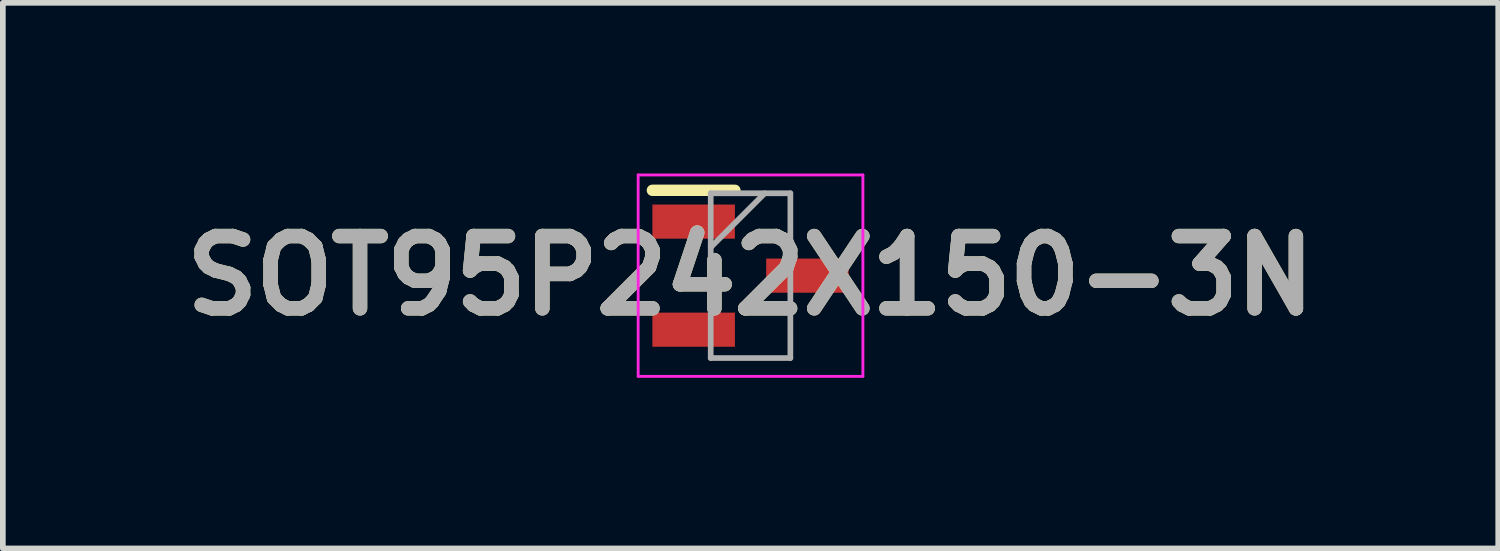
<source format=kicad_pcb>
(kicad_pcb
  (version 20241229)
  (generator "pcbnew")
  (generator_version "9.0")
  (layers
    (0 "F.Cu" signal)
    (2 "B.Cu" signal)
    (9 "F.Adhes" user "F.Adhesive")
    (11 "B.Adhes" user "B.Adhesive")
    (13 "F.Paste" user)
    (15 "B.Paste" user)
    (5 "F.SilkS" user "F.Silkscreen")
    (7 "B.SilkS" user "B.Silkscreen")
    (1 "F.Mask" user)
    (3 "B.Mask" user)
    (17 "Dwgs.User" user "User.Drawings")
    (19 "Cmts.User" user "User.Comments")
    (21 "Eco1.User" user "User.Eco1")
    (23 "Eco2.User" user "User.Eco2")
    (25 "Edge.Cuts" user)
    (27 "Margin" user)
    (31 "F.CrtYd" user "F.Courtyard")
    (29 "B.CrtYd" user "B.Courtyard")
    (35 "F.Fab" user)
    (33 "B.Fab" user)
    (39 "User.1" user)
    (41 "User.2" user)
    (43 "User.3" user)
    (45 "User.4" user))
  (footprint "SOT95P242X150-3N"
    (layer "F.Cu")
    (at 10.142 1.795)
    (property "Reference" "SOT95P242X150-3N" (at 0 0 0) (layer "F.SilkS") (effects (font (size 1.27 1.27) (thickness 0.254))))
    (attr smd)
    (fp_line (start -1.725 -1.5) (end -0.275 -1.5) (stroke (width 0.2) (type solid)) (layer "F.SilkS"))
    (fp_line (start -1.975 -1.77) (end 1.975 -1.77) (stroke (width 0.05) (type solid)) (layer "F.CrtYd"))
    (fp_line (start -1.975 1.77) (end -1.975 -1.77) (stroke (width 0.05) (type solid)) (layer "F.CrtYd"))
    (fp_line (start 1.975 -1.77) (end 1.975 1.77) (stroke (width 0.05) (type solid)) (layer "F.CrtYd"))
    (fp_line (start 1.975 1.77) (end -1.975 1.77) (stroke (width 0.05) (type solid)) (layer "F.CrtYd"))
    (fp_line (start -0.7 -1.448) (end 0.7 -1.448) (stroke (width 0.1) (type solid)) (layer "F.Fab"))
    (fp_line (start -0.7 -0.498) (end 0.25 -1.448) (stroke (width 0.1) (type solid)) (layer "F.Fab"))
    (fp_line (start -0.7 1.448) (end -0.7 -1.448) (stroke (width 0.1) (type solid)) (layer "F.Fab"))
    (fp_line (start 0.7 -1.448) (end 0.7 1.448) (stroke (width 0.1) (type solid)) (layer "F.Fab"))
    (fp_line (start 0.7 1.448) (end -0.7 1.448) (stroke (width 0.1) (type solid)) (layer "F.Fab"))
    (fp_text user "${REFERENCE}" (at 0 0 0) (layer "F.Fab") (effects (font (size 1.27 1.27) (thickness 0.254))))
    (pad "1" smd rect (at -1 -0.95 90) (size 0.6 1.45) (layers "F.Cu" "F.Mask" "F.Paste"))
    (pad "2" smd rect (at -1 0.95 90) (size 0.6 1.45) (layers "F.Cu" "F.Mask" "F.Paste"))
    (pad "3" smd rect (at 1 0 90) (size 0.6 1.45) (layers "F.Cu" "F.Mask" "F.Paste")))
  (gr_rect
    (start -3 -3)
    (end 23.284 6.59)
    (stroke (width 0.1) (type default))
    (fill no)
    (layer "Edge.Cuts")))
</source>
